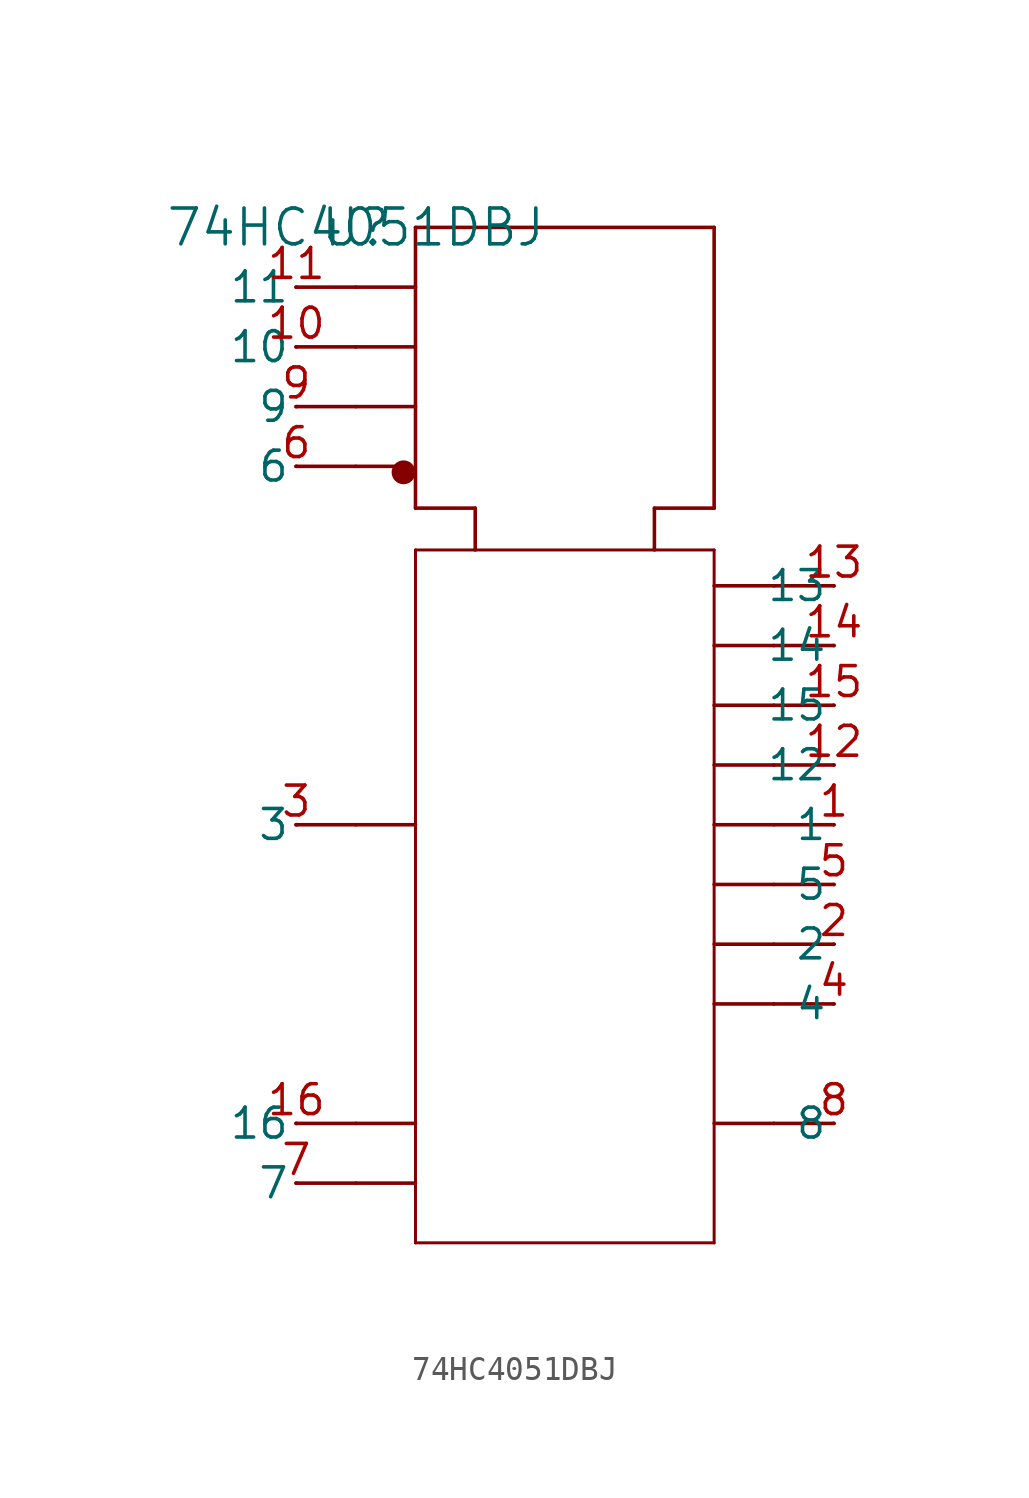
<source format=kicad_sym>
(kicad_symbol_lib
  (version 20211014)
  (generator kicad_symbol_editor)
  (symbol "74HC4051DBJ"
    (pin_names
      (offset 0.254))
    (property "Reference" "U"
      (at 0 0 0)
      (effects (font (size 1.524 1.524))))
    (property "Value" "74HC4051DBJ"
      (at 0 0 0)
      (effects (font (size 1.524 1.524))))
    (symbol "74HC4051DBJ_0_1"
      (circle (center 2.032 -10.414) (radius 0.254) (stroke (width 0.508) (type default) (color 0 0 0 0)) (fill (type none)))
      (polyline (pts (xy 20.32 -25.4) (xy 17.78 -25.4)) (stroke (width 0) (type default) (color 0 0 0 0)) (fill (type none)))
      (polyline (pts (xy 20.32 -22.86) (xy 17.78 -22.86)) (stroke (width 0) (type default) (color 0 0 0 0)) (fill (type none)))
      (polyline (pts (xy -2.54 -5.08) (xy 0 -5.08)) (stroke (width 0) (type default) (color 0 0 0 0)) (fill (type none)))
      (polyline (pts (xy 20.32 -27.94) (xy 17.78 -27.94)) (stroke (width 0) (type default) (color 0 0 0 0)) (fill (type none)))
      (polyline (pts (xy -2.54 -10.16) (xy 0 -10.16)) (stroke (width 0) (type default) (color 0 0 0 0)) (fill (type none)))
      (polyline (pts (xy -2.54 -2.54) (xy 0 -2.54)) (stroke (width 0) (type default) (color 0 0 0 0)) (fill (type none)))
      (polyline (pts (xy -2.54 -38.1) (xy 0 -38.1)) (stroke (width 0) (type default) (color 0 0 0 0)) (fill (type none)))
      (polyline (pts (xy 20.32 -20.32) (xy 17.78 -20.32)) (stroke (width 0) (type default) (color 0 0 0 0)) (fill (type none)))
      (polyline (pts (xy 20.32 -17.78) (xy 17.78 -17.78)) (stroke (width 0) (type default) (color 0 0 0 0)) (fill (type none)))
      (polyline (pts (xy -2.54 -7.62) (xy 0 -7.62)) (stroke (width 0) (type default) (color 0 0 0 0)) (fill (type none)))
      (polyline (pts (xy 20.32 -38.1) (xy 17.78 -38.1)) (stroke (width 0) (type default) (color 0 0 0 0)) (fill (type none)))
      (polyline (pts (xy 20.32 -33.02) (xy 17.78 -33.02)) (stroke (width 0) (type default) (color 0 0 0 0)) (fill (type none)))
      (polyline (pts (xy 20.32 -15.24) (xy 17.78 -15.24)) (stroke (width 0) (type default) (color 0 0 0 0)) (fill (type none)))
      (polyline (pts (xy 20.32 -30.48) (xy 17.78 -30.48)) (stroke (width 0) (type default) (color 0 0 0 0)) (fill (type none)))
      (polyline (pts (xy -2.54 -40.64) (xy 0 -40.64)) (stroke (width 0) (type default) (color 0 0 0 0)) (fill (type none)))
      (polyline (pts (xy -2.54 -25.4) (xy 0 -25.4)) (stroke (width 0) (type default) (color 0 0 0 0)) (fill (type none)))
      (polyline (pts (xy 2.54 -43.18) (xy 2.54 -13.716)) (stroke (width 0.127) (type default) (color 0 0 0 0)) (fill (type none)))
      (polyline (pts (xy 2.54 -13.716) (xy 15.24 -13.716)) (stroke (width 0.127) (type default) (color 0 0 0 0)) (fill (type none)))
      (polyline (pts (xy 15.24 -13.716) (xy 15.24 -43.18)) (stroke (width 0.127) (type default) (color 0 0 0 0)) (fill (type none)))
      (polyline (pts (xy 15.24 -43.18) (xy 2.54 -43.18)) (stroke (width 0.127) (type default) (color 0 0 0 0)) (fill (type none)))
      (polyline (pts (xy 17.78 -22.86) (xy 15.24 -22.86)) (stroke (width 0) (type default) (color 0 0 0 0)) (fill (type none)))
      (polyline (pts (xy 2.54 -2.54) (xy 0 -2.54)) (stroke (width 0) (type default) (color 0 0 0 0)) (fill (type none)))
      (polyline (pts (xy 0 -5.08) (xy 2.54 -5.08)) (stroke (width 0) (type default) (color 0 0 0 0)) (fill (type none)))
      (polyline (pts (xy 0 -10.16) (xy 1.778 -10.16)) (stroke (width 0) (type default) (color 0 0 0 0)) (fill (type none)))
      (polyline (pts (xy 0 -40.64) (xy 2.54 -40.64)) (stroke (width 0) (type default) (color 0 0 0 0)) (fill (type none)))
      (polyline (pts (xy 17.78 -30.48) (xy 15.24 -30.48)) (stroke (width 0) (type default) (color 0 0 0 0)) (fill (type none)))
      (polyline (pts (xy 17.78 -33.02) (xy 15.24 -33.02)) (stroke (width 0) (type default) (color 0 0 0 0)) (fill (type none)))
      (polyline (pts (xy 2.54 0) (xy 2.54 -11.938)) (stroke (width 0) (type default) (color 0 0 0 0)) (fill (type none)))
      (polyline (pts (xy 2.54 0) (xy 15.24 0)) (stroke (width 0) (type default) (color 0 0 0 0)) (fill (type none)))
      (polyline (pts (xy 15.24 0) (xy 15.24 -11.938)) (stroke (width 0) (type default) (color 0 0 0 0)) (fill (type none)))
      (polyline (pts (xy 2.54 -11.938) (xy 5.08 -11.938)) (stroke (width 0) (type default) (color 0 0 0 0)) (fill (type none)))
      (polyline (pts (xy 5.08 -11.938) (xy 5.08 -13.716)) (stroke (width 0) (type default) (color 0 0 0 0)) (fill (type none)))
      (polyline (pts (xy 15.24 -11.938) (xy 12.7 -11.938)) (stroke (width 0) (type default) (color 0 0 0 0)) (fill (type none)))
      (polyline (pts (xy 12.7 -11.938) (xy 12.7 -13.716)) (stroke (width 0) (type default) (color 0 0 0 0)) (fill (type none)))
      (polyline (pts (xy 17.78 -15.24) (xy 15.24 -15.24)) (stroke (width 0) (type default) (color 0 0 0 0)) (fill (type none)))
      (polyline (pts (xy 17.78 -17.78) (xy 15.24 -17.78)) (stroke (width 0) (type default) (color 0 0 0 0)) (fill (type none)))
      (polyline (pts (xy 17.78 -38.1) (xy 15.24 -38.1)) (stroke (width 0) (type default) (color 0 0 0 0)) (fill (type none)))
      (polyline (pts (xy 17.78 -20.32) (xy 15.24 -20.32)) (stroke (width 0) (type default) (color 0 0 0 0)) (fill (type none)))
      (polyline (pts (xy 17.78 -25.4) (xy 15.24 -25.4)) (stroke (width 0) (type default) (color 0 0 0 0)) (fill (type none)))
      (polyline (pts (xy 17.78 -27.94) (xy 15.24 -27.94)) (stroke (width 0) (type default) (color 0 0 0 0)) (fill (type none)))
      (polyline (pts (xy 0 -7.62) (xy 2.54 -7.62)) (stroke (width 0) (type default) (color 0 0 0 0)) (fill (type none)))
      (polyline (pts (xy 0 -38.1) (xy 2.54 -38.1)) (stroke (width 0) (type default) (color 0 0 0 0)) (fill (type none)))
      (polyline (pts (xy 0 -25.4) (xy 2.54 -25.4)) (stroke (width 0) (type default) (color 0 0 0 0)) (fill (type none)))
      (pin unspecified line (at 20.345 -25.4 180) (length 0.025) (name "1" (effects (font (size 1.27 1.27)))) (number "1" (effects (font (size 1.27 1.27)))))
      (pin unspecified line (at 20.345 -30.48 180) (length 0.025) (name "2" (effects (font (size 1.27 1.27)))) (number "2" (effects (font (size 1.27 1.27)))))
      (pin unspecified line (at -2.515 -25.4 180) (length 0.025) (name "3" (effects (font (size 1.27 1.27)))) (number "3" (effects (font (size 1.27 1.27)))))
      (pin unspecified line (at 20.345 -33.02 180) (length 0.025) (name "4" (effects (font (size 1.27 1.27)))) (number "4" (effects (font (size 1.27 1.27)))))
      (pin unspecified line (at 20.345 -27.94 180) (length 0.025) (name "5" (effects (font (size 1.27 1.27)))) (number "5" (effects (font (size 1.27 1.27)))))
      (pin unspecified line (at -2.515 -10.16 180) (length 0.025) (name "6" (effects (font (size 1.27 1.27)))) (number "6" (effects (font (size 1.27 1.27)))))
      (pin unspecified line (at -2.515 -40.64 180) (length 0.025) (name "7" (effects (font (size 1.27 1.27)))) (number "7" (effects (font (size 1.27 1.27)))))
      (pin unspecified line (at 20.345 -38.1 180) (length 0.025) (name "8" (effects (font (size 1.27 1.27)))) (number "8" (effects (font (size 1.27 1.27)))))
      (pin unspecified line (at -2.515 -7.62 180) (length 0.025) (name "9" (effects (font (size 1.27 1.27)))) (number "9" (effects (font (size 1.27 1.27)))))
      (pin unspecified line (at -2.515 -5.08 180) (length 0.025) (name "10" (effects (font (size 1.27 1.27)))) (number "10" (effects (font (size 1.27 1.27)))))
      (pin unspecified line (at -2.515 -2.54 180) (length 0.025) (name "11" (effects (font (size 1.27 1.27)))) (number "11" (effects (font (size 1.27 1.27)))))
      (pin unspecified line (at 20.345 -22.86 180) (length 0.025) (name "12" (effects (font (size 1.27 1.27)))) (number "12" (effects (font (size 1.27 1.27)))))
      (pin unspecified line (at 20.345 -15.24 180) (length 0.025) (name "13" (effects (font (size 1.27 1.27)))) (number "13" (effects (font (size 1.27 1.27)))))
      (pin unspecified line (at 20.345 -17.78 180) (length 0.025) (name "14" (effects (font (size 1.27 1.27)))) (number "14" (effects (font (size 1.27 1.27)))))
      (pin unspecified line (at 20.345 -20.32 180) (length 0.025) (name "15" (effects (font (size 1.27 1.27)))) (number "15" (effects (font (size 1.27 1.27)))))
      (pin unspecified line (at -2.515 -38.1 180) (length 0.025) (name "16" (effects (font (size 1.27 1.27)))) (number "16" (effects (font (size 1.27 1.27))))))))
</source>
